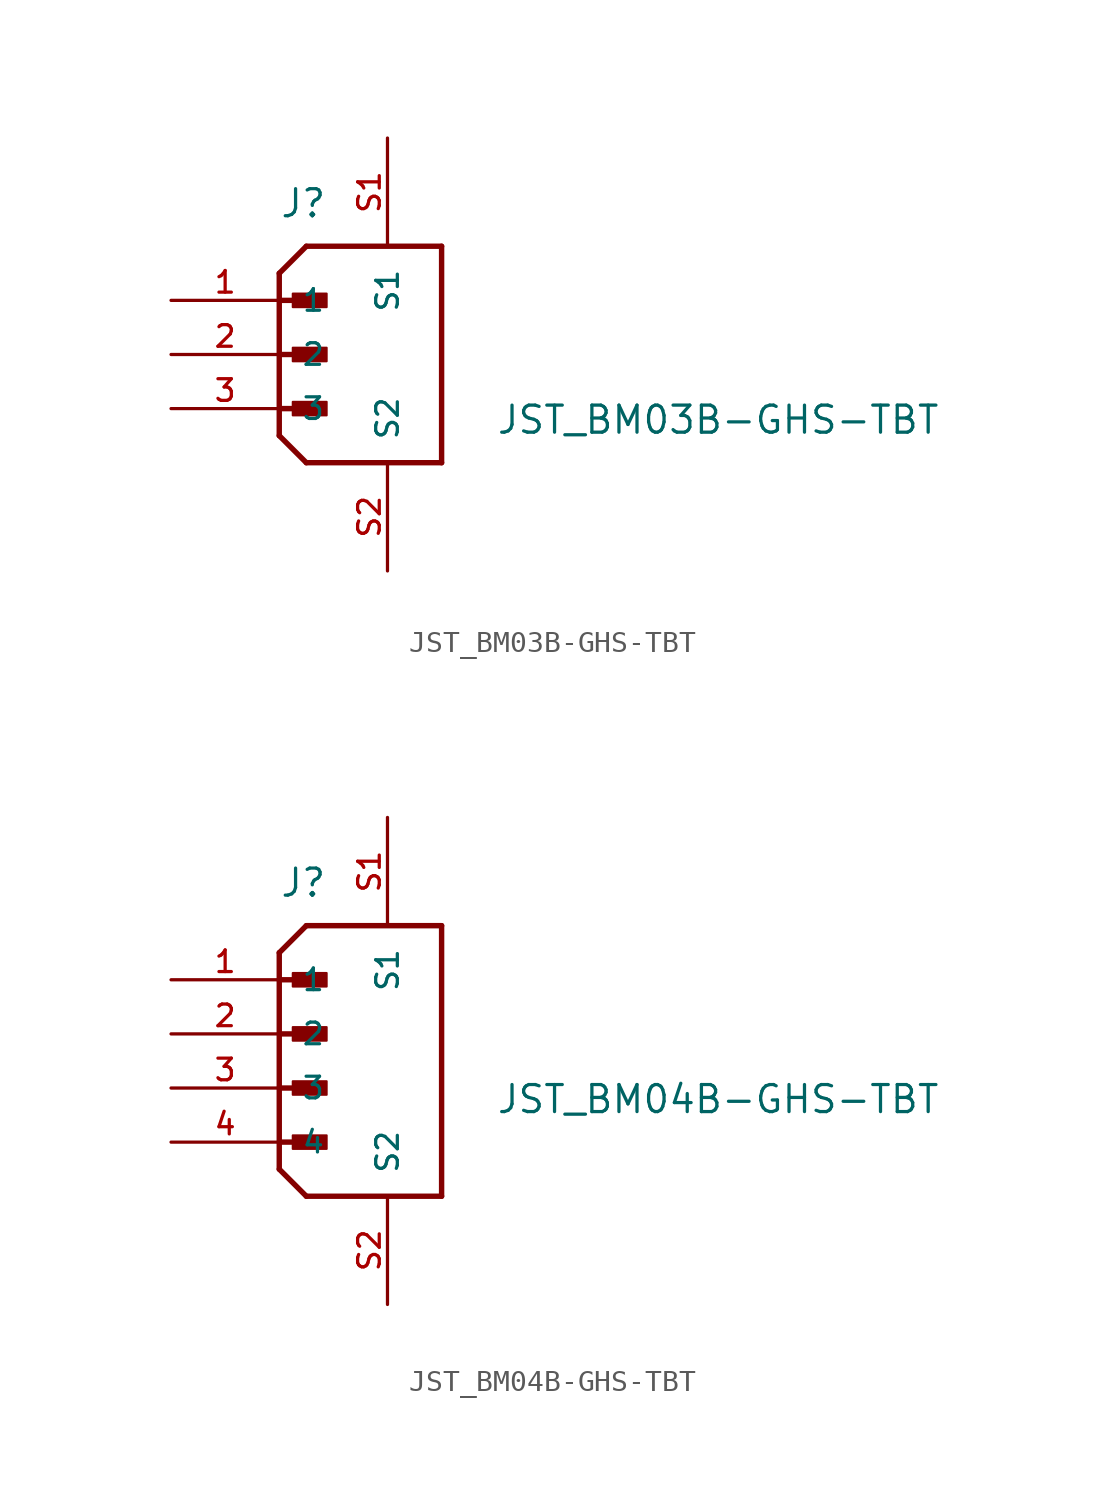
<source format=kicad_sym>
(kicad_symbol_lib
  (version 20231120)
  (generator "kicad_symbol_editor")
  (generator_version "8.0")
  (symbol "JST_BM03B-GHS-TBT"
    (pin_names
      (offset 1.016))
    (property "Reference" "J"
      (at 0 6.35 0)
      (effects (font (size 1.27 1.27)) (justify left bottom)))
    (property "Value" "JST_BM03B-GHS-TBT"
      (at 10.16 -3.81 0)
      (effects (font (size 1.27 1.27)) (justify left bottom)))
    (symbol "JST_BM03B-GHS-TBT_0_0"
      (polyline (pts (xy 0 -3.81) (xy 1.27 -5.08)) (stroke (width 0.254) (type default)) (fill (type none)))
      (polyline (pts (xy 0 -2.54) (xy 1.905 -2.54)) (stroke (width 0.254) (type default)) (fill (type none)))
      (polyline (pts (xy 0 0) (xy 1.905 0)) (stroke (width 0.254) (type default)) (fill (type none)))
      (polyline (pts (xy 0 2.54) (xy 0 -3.81)) (stroke (width 0.254) (type default)) (fill (type none)))
      (polyline (pts (xy 0 2.54) (xy 1.905 2.54)) (stroke (width 0.254) (type default)) (fill (type none)))
      (polyline (pts (xy 0 3.81) (xy 0 2.54)) (stroke (width 0.254) (type default)) (fill (type none)))
      (polyline (pts (xy 0 3.81) (xy 1.27 5.08)) (stroke (width 0.254) (type default)) (fill (type none)))
      (polyline (pts (xy 1.27 -5.08) (xy 7.62 -5.08)) (stroke (width 0.254) (type default)) (fill (type none)))
      (polyline (pts (xy 7.62 -5.08) (xy 7.62 5.08)) (stroke (width 0.254) (type default)) (fill (type none)))
      (polyline (pts (xy 7.62 5.08) (xy 1.27 5.08)) (stroke (width 0.254) (type default)) (fill (type none)))
      (rectangle (start 0.635 -2.223) (end 2.223 -2.857) (stroke (width 0.1) (type default)) (fill (type outline)))
      (rectangle (start 0.635 -0.318) (end 2.223 0.318) (stroke (width 0.1) (type default)) (fill (type outline)))
      (rectangle (start 0.635 2.223) (end 2.223 2.857) (stroke (width 0.1) (type default)) (fill (type outline)))
      (pin passive line (at -5.08 2.54 0) (length 5.08) (name "1" (effects (font (size 1.016 1.016)))) (number "1" (effects (font (size 1.016 1.016)))))
      (pin passive line (at -5.08 0 0) (length 5.08) (name "2" (effects (font (size 1.016 1.016)))) (number "2" (effects (font (size 1.016 1.016)))))
      (pin passive line (at -5.08 -2.54 0) (length 5.08) (name "3" (effects (font (size 1.016 1.016)))) (number "3" (effects (font (size 1.016 1.016))))))
    (symbol "JST_BM03B-GHS-TBT_1_0"
      (pin passive line (at 5.08 10.16 270) (length 5.08) (name "S1" (effects (font (size 1.016 1.016)))) (number "S1" (effects (font (size 1.016 1.016)))))
      (pin passive line (at 5.08 -10.16 90) (length 5.08) (name "S2" (effects (font (size 1.016 1.016)))) (number "S2" (effects (font (size 1.016 1.016)))))))
  (symbol "JST_BM04B-GHS-TBT"
    (pin_names
      (offset 1.016))
    (property "Reference" "J"
      (at 0 6.35 0)
      (effects (font (size 1.27 1.27)) (justify left bottom)))
    (property "Value" "JST_BM04B-GHS-TBT"
      (at 10.16 -3.81 0)
      (effects (font (size 1.27 1.27)) (justify left bottom)))
    (symbol "JST_BM04B-GHS-TBT_0_0"
      (polyline (pts (xy 0 -6.35) (xy 1.27 -7.62)) (stroke (width 0.254) (type default)) (fill (type none)))
      (polyline (pts (xy 0 -5.08) (xy 1.905 -5.08)) (stroke (width 0.254) (type default)) (fill (type none)))
      (polyline (pts (xy 0 -2.54) (xy 1.905 -2.54)) (stroke (width 0.254) (type default)) (fill (type none)))
      (polyline (pts (xy 0 0) (xy 1.905 0)) (stroke (width 0.254) (type default)) (fill (type none)))
      (polyline (pts (xy 0 2.54) (xy 0 -6.35)) (stroke (width 0.254) (type default)) (fill (type none)))
      (polyline (pts (xy 0 2.54) (xy 1.905 2.54)) (stroke (width 0.254) (type default)) (fill (type none)))
      (polyline (pts (xy 0 3.81) (xy 0 2.54)) (stroke (width 0.254) (type default)) (fill (type none)))
      (polyline (pts (xy 0 3.81) (xy 1.27 5.08)) (stroke (width 0.254) (type default)) (fill (type none)))
      (polyline (pts (xy 1.27 -7.62) (xy 7.62 -7.62)) (stroke (width 0.254) (type default)) (fill (type none)))
      (polyline (pts (xy 7.62 -7.62) (xy 7.62 5.08)) (stroke (width 0.254) (type default)) (fill (type none)))
      (polyline (pts (xy 7.62 5.08) (xy 1.27 5.08)) (stroke (width 0.254) (type default)) (fill (type none)))
      (rectangle (start 0.635 -4.763) (end 2.223 -5.397) (stroke (width 0.1) (type default)) (fill (type outline)))
      (rectangle (start 0.635 -2.223) (end 2.223 -2.857) (stroke (width 0.1) (type default)) (fill (type outline)))
      (rectangle (start 0.635 -0.318) (end 2.223 0.318) (stroke (width 0.1) (type default)) (fill (type outline)))
      (rectangle (start 0.635 2.223) (end 2.223 2.857) (stroke (width 0.1) (type default)) (fill (type outline)))
      (pin passive line (at -5.08 2.54 0) (length 5.08) (name "1" (effects (font (size 1.016 1.016)))) (number "1" (effects (font (size 1.016 1.016)))))
      (pin passive line (at -5.08 0 0) (length 5.08) (name "2" (effects (font (size 1.016 1.016)))) (number "2" (effects (font (size 1.016 1.016)))))
      (pin passive line (at -5.08 -2.54 0) (length 5.08) (name "3" (effects (font (size 1.016 1.016)))) (number "3" (effects (font (size 1.016 1.016))))))
    (symbol "JST_BM04B-GHS-TBT_1_0"
      (pin passive line (at -5.08 -5.08 0) (length 5.08) (name "4" (effects (font (size 1.016 1.016)))) (number "4" (effects (font (size 1.016 1.016)))))
      (pin passive line (at 5.08 10.16 270) (length 5.08) (name "S1" (effects (font (size 1.016 1.016)))) (number "S1" (effects (font (size 1.016 1.016)))))
      (pin passive line (at 5.08 -12.7 90) (length 5.08) (name "S2" (effects (font (size 1.016 1.016)))) (number "S2" (effects (font (size 1.016 1.016))))))))
</source>
